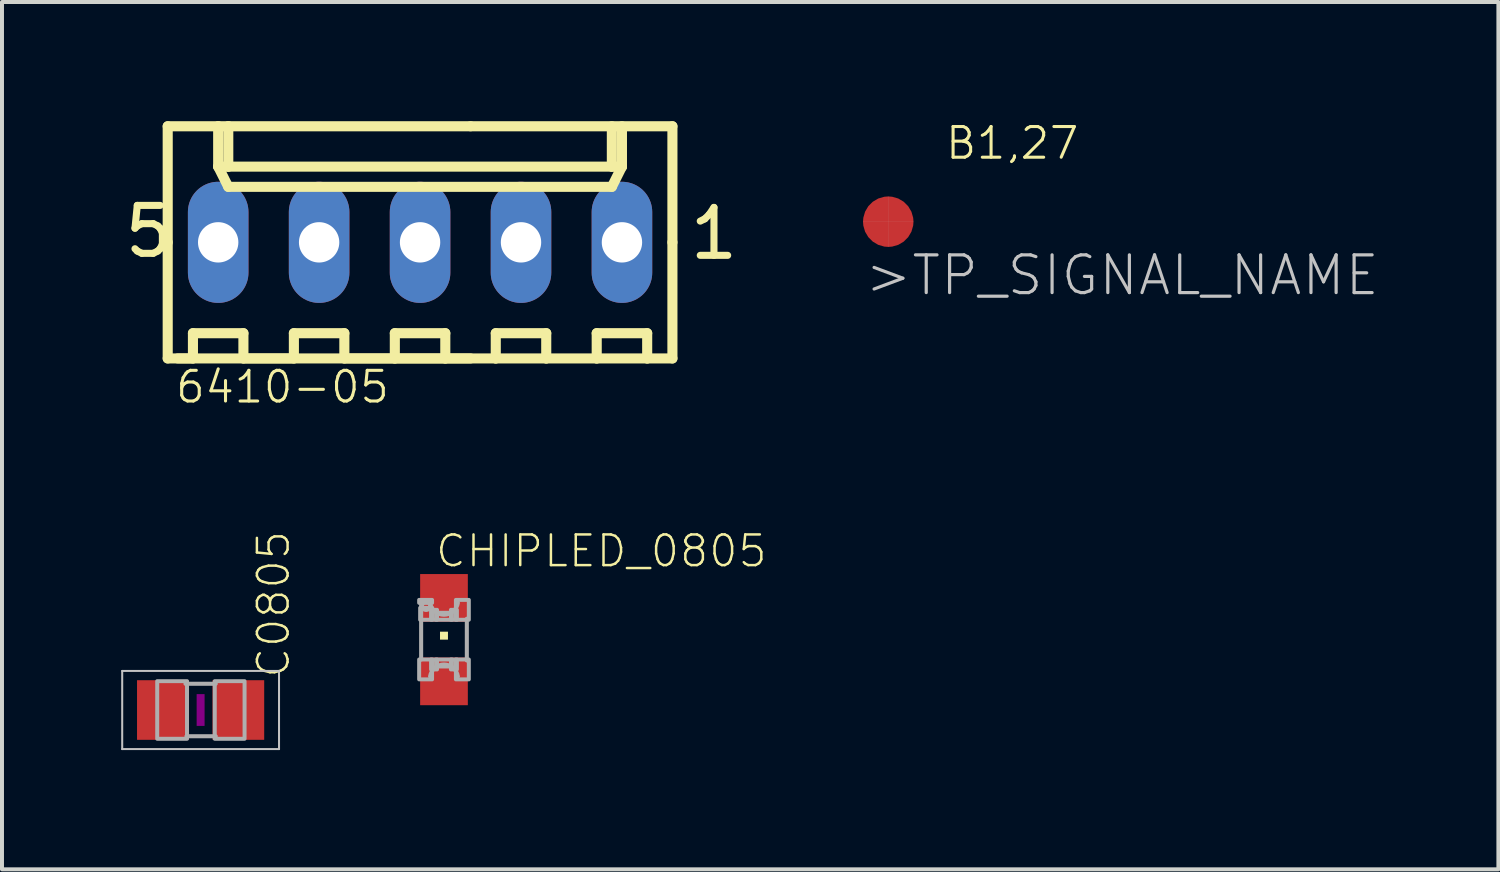
<source format=kicad_pcb>
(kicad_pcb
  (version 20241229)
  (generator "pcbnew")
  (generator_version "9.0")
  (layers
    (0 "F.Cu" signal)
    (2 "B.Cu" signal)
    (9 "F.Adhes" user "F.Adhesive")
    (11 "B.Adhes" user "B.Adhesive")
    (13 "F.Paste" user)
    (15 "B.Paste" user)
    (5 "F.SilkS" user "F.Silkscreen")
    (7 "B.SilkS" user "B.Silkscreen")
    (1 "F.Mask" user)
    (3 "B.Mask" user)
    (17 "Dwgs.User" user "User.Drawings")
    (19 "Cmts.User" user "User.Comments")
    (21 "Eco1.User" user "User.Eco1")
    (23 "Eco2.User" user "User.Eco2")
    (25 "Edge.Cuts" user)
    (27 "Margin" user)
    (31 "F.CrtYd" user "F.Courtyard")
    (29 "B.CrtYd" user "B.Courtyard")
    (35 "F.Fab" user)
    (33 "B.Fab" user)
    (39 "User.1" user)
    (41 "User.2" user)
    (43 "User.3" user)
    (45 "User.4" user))
  (footprint "CHIPLED_0805"
    (layer "F.Cu")
    (at 8.122 13.045)
    (property "Reference" "CHIPLED_0805" (at -0.254 -1.778 0) (layer "F.SilkS") (effects (font (size 0.772 0.772) (thickness 0.062)) (justify left bottom)))
    (attr through_hole)
    (fp_poly (pts (xy -0.1 0) (xy 0.1 0) (xy 0.1 -0.2) (xy -0.1 -0.2)) (stroke (width 0) (type solid)) (fill yes) (layer "F.SilkS"))
    (fp_line (start -0.575 0.5) (end -0.575 -0.925) (stroke (width 0.102) (type solid)) (layer "F.Fab"))
    (fp_line (start 0.575 -0.525) (end 0.575 0.525) (stroke (width 0.102) (type solid)) (layer "F.Fab"))
    (fp_arc (start -0.35 0.925) (mid -0.000001 0.625027) (end 0.35 0.924998) (stroke (width 0.1016) (type solid)) (layer "F.Fab"))
    (fp_arc (start 0.35 -0.924998) (mid -0.000001 -0.625027) (end -0.35 -0.925) (stroke (width 0.1016) (type solid)) (layer "F.Fab"))
    (fp_circle (center -0.45 -0.85) (end -0.347 -0.85) (stroke (width 0.102) (type solid)) (fill no) (layer "F.Fab"))
    (fp_poly (pts (xy -0.625 -0.925) (xy -0.3 -0.925) (xy -0.3 -1) (xy -0.625 -1)) (stroke (width 0.1) (type solid)) (fill no) (layer "F.Fab"))
    (fp_poly (pts (xy -0.625 1) (xy -0.3 1) (xy -0.3 0.5) (xy -0.625 0.5)) (stroke (width 0.1) (type solid)) (fill no) (layer "F.Fab"))
    (fp_poly (pts (xy -0.6 -0.5) (xy -0.3 -0.5) (xy -0.3 -0.8) (xy -0.6 -0.8)) (stroke (width 0.1) (type solid)) (fill no) (layer "F.Fab"))
    (fp_poly (pts (xy -0.325 -0.5) (xy -0.175 -0.5) (xy -0.175 -0.75) (xy -0.325 -0.75)) (stroke (width 0.1) (type solid)) (fill no) (layer "F.Fab"))
    (fp_poly (pts (xy -0.325 0.75) (xy -0.175 0.75) (xy -0.175 0.5) (xy -0.325 0.5)) (stroke (width 0.1) (type solid)) (fill no) (layer "F.Fab"))
    (fp_poly (pts (xy -0.2 -0.5) (xy 0.2 -0.5) (xy 0.2 -0.675) (xy -0.2 -0.675)) (stroke (width 0.1) (type solid)) (fill no) (layer "F.Fab"))
    (fp_poly (pts (xy -0.2 0.675) (xy 0.2 0.675) (xy 0.2 0.5) (xy -0.2 0.5)) (stroke (width 0.1) (type solid)) (fill no) (layer "F.Fab"))
    (fp_poly (pts (xy 0.175 -0.5) (xy 0.325 -0.5) (xy 0.325 -0.75) (xy 0.175 -0.75)) (stroke (width 0.1) (type solid)) (fill no) (layer "F.Fab"))
    (fp_poly (pts (xy 0.175 0.75) (xy 0.325 0.75) (xy 0.325 0.5) (xy 0.175 0.5)) (stroke (width 0.1) (type solid)) (fill no) (layer "F.Fab"))
    (fp_poly (pts (xy 0.3 -0.5) (xy 0.625 -0.5) (xy 0.625 -1) (xy 0.3 -1)) (stroke (width 0.1) (type solid)) (fill no) (layer "F.Fab"))
    (fp_poly (pts (xy 0.3 1) (xy 0.625 1) (xy 0.625 0.5) (xy 0.3 0.5)) (stroke (width 0.1) (type solid)) (fill no) (layer "F.Fab"))
    (pad "A" smd rect (at 0 1.05) (size 1.2 1.2) (layers "F.Cu" "F.Mask" "F.Paste"))
    (pad "C" smd rect (at 0 -1.05) (size 1.2 1.2) (layers "F.Cu" "F.Mask" "F.Paste")))
  (footprint "C0805"
    (layer "F.Cu")
    (at 1.998 14.816)
    (property "Reference" "C0805" (at 2.286 -0.762 90) (layer "F.SilkS") (effects (font (size 0.772 0.772) (thickness 0.062)) (justify left bottom)))
    (attr through_hole)
    (fp_poly (pts (xy -0.1 0.4) (xy 0.1 0.4) (xy 0.1 -0.4) (xy -0.1 -0.4)) (stroke (width 0) (type solid)) (fill yes) (layer "F.Adhes"))
    (fp_line (start -1.973 -0.983) (end 1.973 -0.983) (stroke (width 0.051) (type solid)) (layer "Dwgs.User"))
    (fp_line (start -1.973 0.983) (end -1.973 -0.983) (stroke (width 0.051) (type solid)) (layer "Dwgs.User"))
    (fp_line (start 1.973 -0.983) (end 1.973 0.983) (stroke (width 0.051) (type solid)) (layer "Dwgs.User"))
    (fp_line (start 1.973 0.983) (end -1.973 0.983) (stroke (width 0.051) (type solid)) (layer "Dwgs.User"))
    (fp_line (start -0.381 -0.66) (end 0.381 -0.66) (stroke (width 0.102) (type solid)) (layer "F.Fab"))
    (fp_line (start -0.356 0.66) (end 0.381 0.66) (stroke (width 0.102) (type solid)) (layer "F.Fab"))
    (fp_poly (pts (xy -1.092 0.724) (xy -0.342 0.724) (xy -0.342 -0.726) (xy -1.092 -0.726)) (stroke (width 0.1) (type solid)) (fill no) (layer "F.Fab"))
    (fp_poly (pts (xy 0.356 0.724) (xy 1.106 0.724) (xy 1.106 -0.726) (xy 0.356 -0.726)) (stroke (width 0.1) (type solid)) (fill no) (layer "F.Fab"))
    (pad "1" smd rect (at -0.95 0) (size 1.3 1.5) (layers "F.Cu" "F.Mask" "F.Paste"))
    (pad "2" smd rect (at 0.95 0) (size 1.3 1.5) (layers "F.Cu" "F.Mask" "F.Paste")))
  (footprint "6410-05"
    (layer "F.Cu")
    (at 7.52 3.048)
    (property "Reference" "6410-05" (at -6.196 4.091 0) (layer "F.SilkS") (effects (font (size 0.772 0.772) (thickness 0.077)) (justify left bottom)))
    (attr through_hole)
    (fp_line (start -6.35 -2.921) (end -5.08 -2.921) (stroke (width 0.254) (type solid)) (layer "F.SilkS"))
    (fp_line (start -6.35 0) (end -6.35 -2.921) (stroke (width 0.254) (type solid)) (layer "F.SilkS"))
    (fp_line (start -6.35 0) (end -6.35 2.921) (stroke (width 0.254) (type solid)) (layer "F.SilkS"))
    (fp_line (start -6.35 2.921) (end 1.27 2.921) (stroke (width 0.254) (type solid)) (layer "F.SilkS"))
    (fp_line (start -6.096 2.921) (end -5.715 2.921) (stroke (width 0.254) (type solid)) (layer "F.SilkS"))
    (fp_line (start -5.715 2.286) (end -4.445 2.286) (stroke (width 0.254) (type solid)) (layer "F.SilkS"))
    (fp_line (start -5.715 2.921) (end -5.715 2.286) (stroke (width 0.254) (type solid)) (layer "F.SilkS"))
    (fp_line (start -5.08 -2.921) (end -4.826 -2.921) (stroke (width 0.254) (type solid)) (layer "F.SilkS"))
    (fp_line (start -5.08 -2.54) (end -5.08 -2.921) (stroke (width 0.127) (type solid)) (layer "F.SilkS"))
    (fp_line (start -5.08 -1.905) (end -5.08 -2.921) (stroke (width 0.254) (type solid)) (layer "F.SilkS"))
    (fp_line (start -5.08 -1.905) (end -4.826 -1.905) (stroke (width 0.254) (type solid)) (layer "F.SilkS"))
    (fp_line (start -5.08 -1.905) (end -4.826 -1.397) (stroke (width 0.254) (type solid)) (layer "F.SilkS"))
    (fp_line (start -4.826 -2.921) (end -4.826 -1.905) (stroke (width 0.254) (type solid)) (layer "F.SilkS"))
    (fp_line (start -4.826 -2.921) (end 1.27 -2.921) (stroke (width 0.254) (type solid)) (layer "F.SilkS"))
    (fp_line (start -4.826 -1.905) (end 4.826 -1.905) (stroke (width 0.254) (type solid)) (layer "F.SilkS"))
    (fp_line (start -4.826 -1.397) (end 4.826 -1.397) (stroke (width 0.254) (type solid)) (layer "F.SilkS"))
    (fp_line (start -4.445 2.286) (end -4.445 2.921) (stroke (width 0.254) (type solid)) (layer "F.SilkS"))
    (fp_line (start -4.445 2.921) (end -3.175 2.921) (stroke (width 0.254) (type solid)) (layer "F.SilkS"))
    (fp_line (start -3.175 2.286) (end -1.905 2.286) (stroke (width 0.254) (type solid)) (layer "F.SilkS"))
    (fp_line (start -3.175 2.921) (end -3.175 2.286) (stroke (width 0.254) (type solid)) (layer "F.SilkS"))
    (fp_line (start -1.905 2.286) (end -1.905 2.921) (stroke (width 0.254) (type solid)) (layer "F.SilkS"))
    (fp_line (start -1.905 2.921) (end -0.635 2.921) (stroke (width 0.254) (type solid)) (layer "F.SilkS"))
    (fp_line (start -0.635 2.286) (end 0.635 2.286) (stroke (width 0.254) (type solid)) (layer "F.SilkS"))
    (fp_line (start -0.635 2.921) (end -0.635 2.286) (stroke (width 0.254) (type solid)) (layer "F.SilkS"))
    (fp_line (start 0.635 2.286) (end 0.635 2.921) (stroke (width 0.254) (type solid)) (layer "F.SilkS"))
    (fp_line (start 0.635 2.921) (end -0.635 2.921) (stroke (width 0.254) (type solid)) (layer "F.SilkS"))
    (fp_line (start 0.635 2.921) (end 1.905 2.921) (stroke (width 0.254) (type solid)) (layer "F.SilkS"))
    (fp_line (start 1.905 2.286) (end 3.175 2.286) (stroke (width 0.254) (type solid)) (layer "F.SilkS"))
    (fp_line (start 1.905 2.921) (end 1.905 2.286) (stroke (width 0.254) (type solid)) (layer "F.SilkS"))
    (fp_line (start 3.175 2.286) (end 3.175 2.921) (stroke (width 0.254) (type solid)) (layer "F.SilkS"))
    (fp_line (start 3.175 2.921) (end 1.905 2.921) (stroke (width 0.254) (type solid)) (layer "F.SilkS"))
    (fp_line (start 3.175 2.921) (end 4.445 2.921) (stroke (width 0.254) (type solid)) (layer "F.SilkS"))
    (fp_line (start 4.445 2.286) (end 5.715 2.286) (stroke (width 0.254) (type solid)) (layer "F.SilkS"))
    (fp_line (start 4.445 2.921) (end 4.445 2.286) (stroke (width 0.254) (type solid)) (layer "F.SilkS"))
    (fp_line (start 4.826 -2.921) (end 4.826 -1.905) (stroke (width 0.254) (type solid)) (layer "F.SilkS"))
    (fp_line (start 4.826 -1.905) (end 5.08 -1.905) (stroke (width 0.254) (type solid)) (layer "F.SilkS"))
    (fp_line (start 4.826 -1.397) (end 5.08 -1.905) (stroke (width 0.254) (type solid)) (layer "F.SilkS"))
    (fp_line (start 5.08 -1.905) (end 5.08 -2.921) (stroke (width 0.254) (type solid)) (layer "F.SilkS"))
    (fp_line (start 5.715 2.286) (end 5.715 2.921) (stroke (width 0.254) (type solid)) (layer "F.SilkS"))
    (fp_line (start 5.715 2.921) (end 4.445 2.921) (stroke (width 0.254) (type solid)) (layer "F.SilkS"))
    (fp_line (start 5.715 2.921) (end 6.35 2.921) (stroke (width 0.254) (type solid)) (layer "F.SilkS"))
    (fp_line (start 6.35 -2.921) (end 1.27 -2.921) (stroke (width 0.254) (type solid)) (layer "F.SilkS"))
    (fp_line (start 6.35 0) (end 6.35 -2.921) (stroke (width 0.254) (type solid)) (layer "F.SilkS"))
    (fp_line (start 6.35 0) (end 6.35 2.921) (stroke (width 0.254) (type solid)) (layer "F.SilkS"))
    (fp_poly (pts (xy -5.334 0.254) (xy -4.826 0.254) (xy -4.826 -0.254) (xy -5.334 -0.254)) (stroke (width 0.1) (type solid)) (fill no) (layer "F.Fab"))
    (fp_poly (pts (xy -2.794 0.254) (xy -2.286 0.254) (xy -2.286 -0.254) (xy -2.794 -0.254)) (stroke (width 0.1) (type solid)) (fill no) (layer "F.Fab"))
    (fp_poly (pts (xy -0.254 0.254) (xy 0.254 0.254) (xy 0.254 -0.254) (xy -0.254 -0.254)) (stroke (width 0.1) (type solid)) (fill no) (layer "F.Fab"))
    (fp_poly (pts (xy 2.286 0.254) (xy 2.794 0.254) (xy 2.794 -0.254) (xy 2.286 -0.254)) (stroke (width 0.1) (type solid)) (fill no) (layer "F.Fab"))
    (fp_poly (pts (xy 4.826 0.254) (xy 5.334 0.254) (xy 5.334 -0.254) (xy 4.826 -0.254)) (stroke (width 0.1) (type solid)) (fill no) (layer "F.Fab"))
    (fp_text user "5" (at -7.52 0.433 0) (layer "F.SilkS") (effects (font (size 1.206 1.206) (thickness 0.178)) (justify left bottom)))
    (fp_text user "1" (at 6.704 0.484 0) (layer "F.SilkS") (effects (font (size 1.206 1.206) (thickness 0.178)) (justify left bottom)))
    (pad "1" thru_hole oval (at 5.08 0 90) (size 3.048 1.524) (drill 1.016) (layers "*.Cu" "*.Mask"))
    (pad "2" thru_hole oval (at 2.54 0 90) (size 3.048 1.524) (drill 1.016) (layers "*.Cu" "*.Mask"))
    (pad "3" thru_hole oval (at 0 0 90) (size 3.048 1.524) (drill 1.016) (layers "*.Cu" "*.Mask"))
    (pad "4" thru_hole oval (at -2.54 0 90) (size 3.048 1.524) (drill 1.016) (layers "*.Cu" "*.Mask"))
    (pad "5" thru_hole oval (at -5.08 0 90) (size 3.048 1.524) (drill 1.016) (layers "*.Cu" "*.Mask")))
  (footprint "B1,27"
    (layer "F.Cu")
    (at 19.301 2.528)
    (property "Reference" "B1,27" (at 1.397 -1.524 180) (layer "F.SilkS") (effects (font (size 0.772 0.772) (thickness 0.077)) (justify left bottom)))
    (attr through_hole)
    (fp_line (start -0.635 0) (end 0.635 0) (stroke (width 0.002) (type solid)) (layer "Dwgs.User"))
    (fp_line (start 0 -0.635) (end 0 0.635) (stroke (width 0.002) (type solid)) (layer "Dwgs.User"))
    (fp_text user ">TP_SIGNAL_NAME" (at -0.635 1.905 0) (layer "Dwgs.User") (effects (font (size 0.95 0.95) (thickness 0.08)) (justify left bottom)))
    (pad "TP" smd roundrect (at 0 0) (size 1.27 1.27) (layers "F.Cu" "F.Mask") (roundrect_rratio 0.5)))
  (gr_rect
    (start -3 -3)
    (end 34.654 18.825)
    (stroke (width 0.1) (type default))
    (fill no)
    (layer "Edge.Cuts")))
</source>
